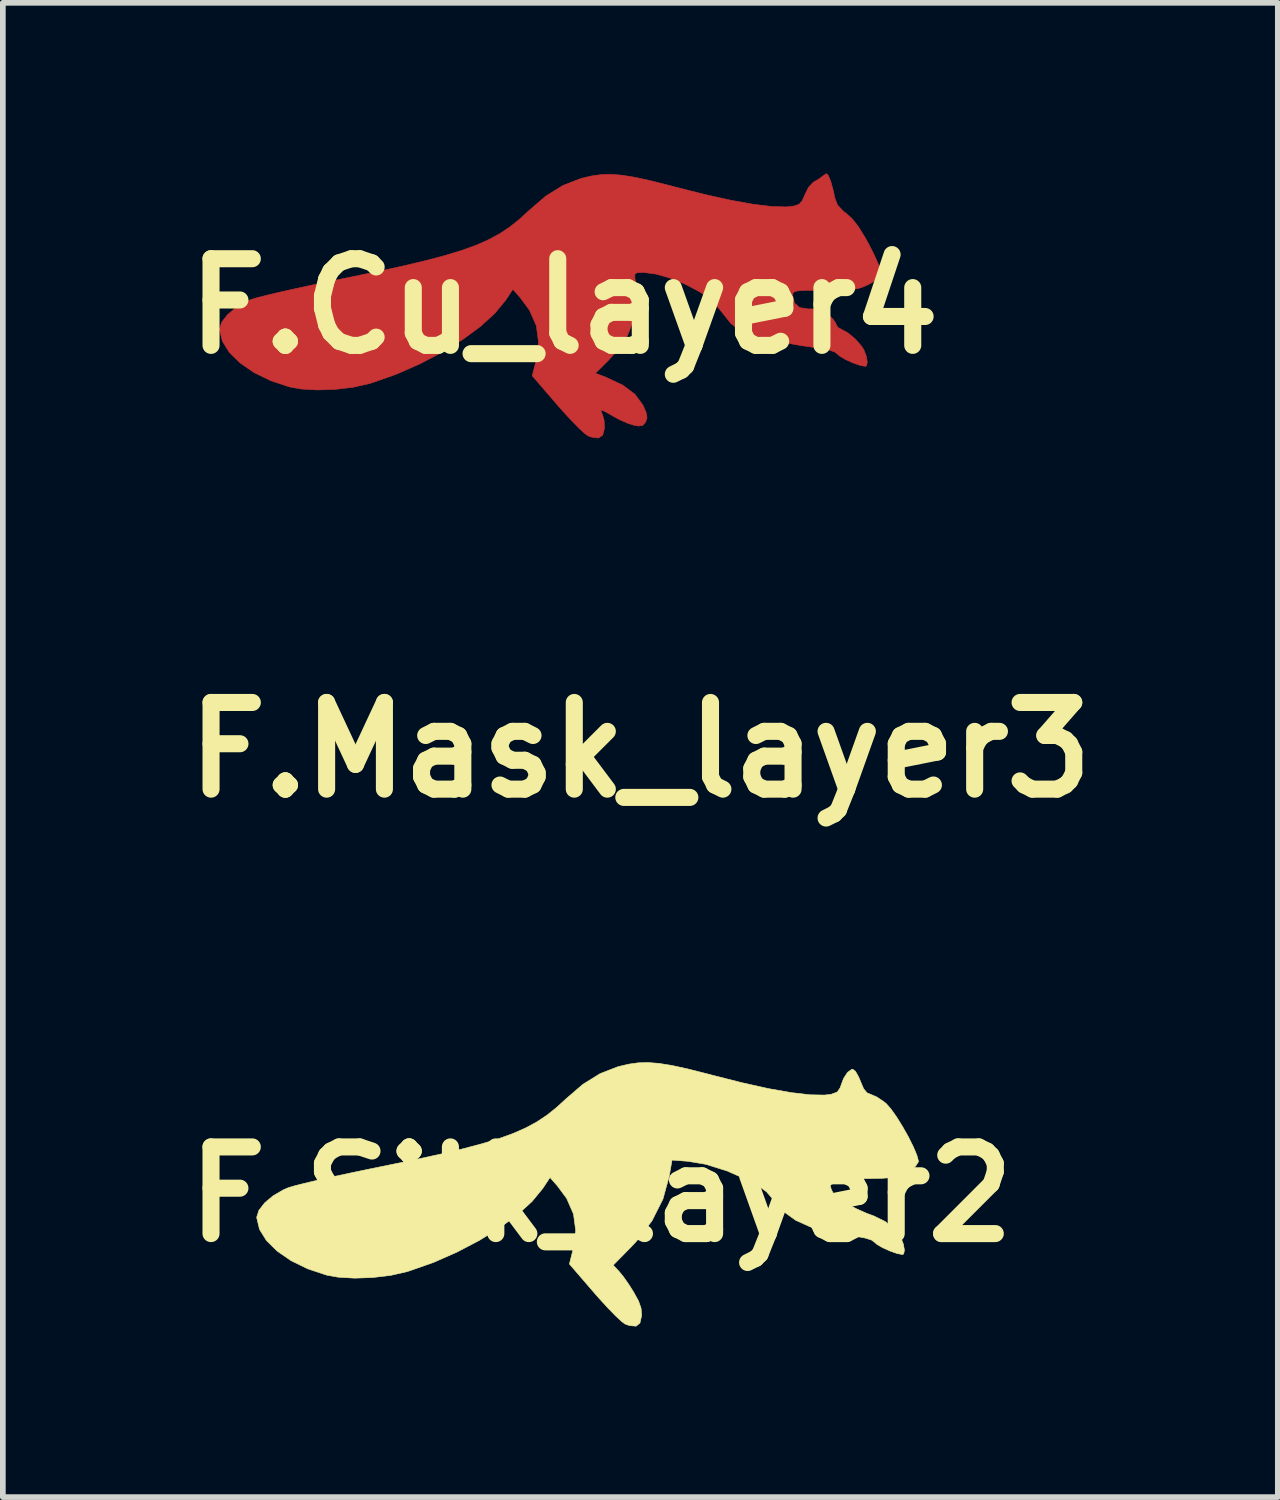
<source format=kicad_pcb>
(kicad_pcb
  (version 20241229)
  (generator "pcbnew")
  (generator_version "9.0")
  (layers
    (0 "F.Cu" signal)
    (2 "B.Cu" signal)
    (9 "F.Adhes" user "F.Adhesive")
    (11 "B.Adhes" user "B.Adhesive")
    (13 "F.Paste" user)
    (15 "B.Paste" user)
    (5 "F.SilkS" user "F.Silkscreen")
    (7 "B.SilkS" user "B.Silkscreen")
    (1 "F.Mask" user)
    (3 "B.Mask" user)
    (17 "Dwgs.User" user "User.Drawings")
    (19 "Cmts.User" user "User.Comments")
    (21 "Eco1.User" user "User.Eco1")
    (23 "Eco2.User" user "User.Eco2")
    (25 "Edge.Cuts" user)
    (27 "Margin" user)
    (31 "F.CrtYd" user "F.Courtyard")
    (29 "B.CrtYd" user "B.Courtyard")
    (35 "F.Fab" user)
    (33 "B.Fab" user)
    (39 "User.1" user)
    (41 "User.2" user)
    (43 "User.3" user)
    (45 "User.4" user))
  (footprint "F.Cu_layer4"
    (layer "F.Cu")
    (at 6.865 2.333)
    (property "Reference" "F.Cu_layer4" (at 0 0 0) (layer "F.SilkS") (effects (font (size 1.524 1.524) (thickness 0.3))))
    (attr through_hole)
    (fp_poly (pts (xy 4.652 -2.29) (xy 4.693 -2.187) (xy 4.734 -2.038) (xy 4.762 -1.905) (xy 4.809 -1.78) (xy 4.914 -1.668) (xy 4.964 -1.63) (xy 5.068 -1.537) (xy 5.172 -1.405) (xy 5.288 -1.218) (xy 5.365 -1.08) (xy 5.455 -0.902) (xy 5.525 -0.745) (xy 5.569 -0.627) (xy 5.579 -0.572) (xy 5.529 -0.495) (xy 5.408 -0.41) (xy 5.355 -0.382) (xy 5.261 -0.339) (xy 5.171 -0.31) (xy 5.067 -0.292) (xy 4.928 -0.282) (xy 4.736 -0.279) (xy 4.583 -0.279) (xy 4.356 -0.279) (xy 4.2 -0.276) (xy 4.102 -0.268) (xy 4.049 -0.253) (xy 4.026 -0.23) (xy 4.022 -0.195) (xy 4.022 -0.19) (xy 4.053 -0.054) (xy 4.146 0.026) (xy 4.302 0.049) (xy 4.328 0.048) (xy 4.471 0.053) (xy 4.581 0.097) (xy 4.65 0.149) (xy 4.734 0.233) (xy 4.781 0.304) (xy 4.784 0.318) (xy 4.819 0.376) (xy 4.869 0.402) (xy 4.993 0.469) (xy 5.127 0.581) (xy 5.238 0.71) (xy 5.272 0.765) (xy 5.316 0.879) (xy 5.333 0.982) (xy 5.32 1.047) (xy 5.299 1.058) (xy 5.204 1.04) (xy 5.076 0.995) (xy 4.947 0.936) (xy 4.847 0.877) (xy 4.814 0.847) (xy 4.76 0.805) (xy 4.654 0.769) (xy 4.484 0.737) (xy 4.36 0.72) (xy 4.174 0.693) (xy 4.011 0.665) (xy 3.895 0.641) (xy 3.863 0.631) (xy 3.769 0.604) (xy 3.627 0.574) (xy 3.514 0.554) (xy 3.267 0.499) (xy 3.08 0.419) (xy 2.931 0.3) (xy 2.802 0.136) (xy 2.649 -0.052) (xy 2.456 -0.207) (xy 2.371 -0.261) (xy 2.125 -0.39) (xy 1.864 -0.495) (xy 1.615 -0.565) (xy 1.405 -0.593) (xy 1.394 -0.593) (xy 1.288 -0.589) (xy 1.247 -0.563) (xy 1.247 -0.494) (xy 1.254 -0.455) (xy 1.275 -0.344) (xy 1.293 -0.267) (xy 1.293 -0.266) (xy 1.298 -0.167) (xy 1.277 -0.016) (xy 1.238 0.162) (xy 1.186 0.34) (xy 1.127 0.492) (xy 1.109 0.528) (xy 1.017 0.671) (xy 0.891 0.833) (xy 0.774 0.96) (xy 0.553 1.179) (xy 0.744 1.252) (xy 1.035 1.389) (xy 1.248 1.549) (xy 1.386 1.735) (xy 1.394 1.75) (xy 1.448 1.878) (xy 1.461 1.963) (xy 1.438 2.034) (xy 1.39 2.094) (xy 1.316 2.107) (xy 1.243 2.097) (xy 1.122 2.059) (xy 0.973 1.993) (xy 0.885 1.945) (xy 0.749 1.867) (xy 0.674 1.83) (xy 0.649 1.835) (xy 0.663 1.878) (xy 0.678 1.907) (xy 0.706 2.007) (xy 0.712 2.136) (xy 0.712 2.15) (xy 0.681 2.268) (xy 0.608 2.318) (xy 0.487 2.303) (xy 0.423 2.28) (xy 0.36 2.234) (xy 0.254 2.135) (xy 0.119 1.996) (xy -0.034 1.829) (xy -0.12 1.731) (xy -0.557 1.224) (xy -0.487 0.947) (xy -0.446 0.636) (xy -0.485 0.346) (xy -0.605 0.071) (xy -0.767 -0.148) (xy -0.898 -0.297) (xy -1.028 -0.101) (xy -1.214 0.125) (xy -1.47 0.358) (xy -1.784 0.589) (xy -2.144 0.811) (xy -2.536 1.016) (xy -2.947 1.197) (xy -3.366 1.344) (xy -3.425 1.362) (xy -3.704 1.425) (xy -4.016 1.462) (xy -4.332 1.473) (xy -4.622 1.456) (xy -4.823 1.42) (xy -5.155 1.31) (xy -5.449 1.167) (xy -5.694 0.998) (xy -5.883 0.812) (xy -6.005 0.616) (xy -6.053 0.416) (xy -6.054 0.399) (xy -6.016 0.28) (xy -5.915 0.15) (xy -5.766 0.025) (xy -5.586 -0.08) (xy -5.498 -0.118) (xy -5.398 -0.148) (xy -5.228 -0.191) (xy -4.998 -0.246) (xy -4.721 -0.308) (xy -4.41 -0.375) (xy -4.076 -0.445) (xy -3.889 -0.483) (xy -3.335 -0.597) (xy -2.857 -0.7) (xy -2.446 -0.797) (xy -2.095 -0.89) (xy -1.795 -0.981) (xy -1.539 -1.074) (xy -1.318 -1.172) (xy -1.125 -1.277) (xy -0.951 -1.393) (xy -0.788 -1.523) (xy -0.629 -1.668) (xy -0.622 -1.675) (xy -0.32 -1.935) (xy -0.019 -2.122) (xy 0.297 -2.245) (xy 0.488 -2.29) (xy 0.654 -2.313) (xy 0.825 -2.318) (xy 1.017 -2.303) (xy 1.243 -2.267) (xy 1.518 -2.207) (xy 1.855 -2.122) (xy 1.946 -2.098) (xy 2.471 -1.965) (xy 2.934 -1.862) (xy 3.33 -1.791) (xy 3.657 -1.752) (xy 3.912 -1.745) (xy 4.037 -1.759) (xy 4.132 -1.79) (xy 4.192 -1.857) (xy 4.236 -1.96) (xy 4.3 -2.089) (xy 4.381 -2.176) (xy 4.396 -2.185) (xy 4.49 -2.241) (xy 4.542 -2.281) (xy 4.601 -2.323) (xy 4.62 -2.328) (xy 4.652 -2.29)) (stroke (width 0.01) (type solid)) (fill yes) (layer "F.Cu")))
  (footprint "F.Silk_layer2"
    (layer "F.Cu")
    (at 7.518 17.949)
    (property "Reference" "F.Silk_layer2" (at 0 0 0) (layer "F.SilkS") (effects (font (size 1.524 1.524) (thickness 0.3))))
    (attr through_hole)
    (fp_poly (pts (xy 1.017 -2.303) (xy 1.243 -2.267) (xy 1.518 -2.207) (xy 1.855 -2.122) (xy 1.946 -2.098) (xy 2.479 -1.963) (xy 2.946 -1.859) (xy 3.345 -1.789) (xy 3.673 -1.751) (xy 3.927 -1.746) (xy 4.042 -1.759) (xy 4.152 -1.799) (xy 4.205 -1.876) (xy 4.211 -1.898) (xy 4.263 -2.038) (xy 4.333 -2.145) (xy 4.407 -2.199) (xy 4.423 -2.201) (xy 4.472 -2.164) (xy 4.528 -2.066) (xy 4.559 -1.991) (xy 4.616 -1.857) (xy 4.676 -1.785) (xy 4.747 -1.756) (xy 4.847 -1.713) (xy 4.967 -1.633) (xy 5.013 -1.596) (xy 5.096 -1.502) (xy 5.196 -1.361) (xy 5.302 -1.19) (xy 5.404 -1.009) (xy 5.49 -0.836) (xy 5.552 -0.689) (xy 5.579 -0.589) (xy 5.579 -0.572) (xy 5.529 -0.495) (xy 5.407 -0.41) (xy 5.355 -0.382) (xy 5.261 -0.339) (xy 5.171 -0.31) (xy 5.067 -0.292) (xy 4.928 -0.282) (xy 4.736 -0.279) (xy 4.583 -0.279) (xy 4.356 -0.279) (xy 4.2 -0.276) (xy 4.102 -0.268) (xy 4.049 -0.253) (xy 4.026 -0.229) (xy 4.022 -0.195) (xy 4.022 -0.192) (xy 4.046 -0.09) (xy 4.088 -0.008) (xy 4.169 0.067) (xy 4.308 0.157) (xy 4.482 0.25) (xy 4.669 0.333) (xy 4.795 0.379) (xy 4.995 0.477) (xy 5.169 0.622) (xy 5.272 0.765) (xy 5.316 0.879) (xy 5.333 0.982) (xy 5.32 1.047) (xy 5.299 1.058) (xy 5.205 1.04) (xy 5.077 0.995) (xy 4.947 0.936) (xy 4.848 0.878) (xy 4.815 0.848) (xy 4.757 0.804) (xy 4.645 0.768) (xy 4.466 0.735) (xy 4.381 0.723) (xy 3.993 0.659) (xy 3.677 0.571) (xy 3.422 0.456) (xy 3.217 0.308) (xy 3.051 0.122) (xy 3.037 0.102) (xy 2.908 -0.046) (xy 2.74 -0.169) (xy 2.625 -0.231) (xy 2.218 -0.411) (xy 1.841 -0.529) (xy 1.523 -0.582) (xy 1.247 -0.603) (xy 1.198 -0.32) (xy 1.087 0.084) (xy 0.894 0.466) (xy 0.621 0.825) (xy 0.531 0.921) (xy 0.213 1.245) (xy 0.315 1.353) (xy 0.391 1.446) (xy 0.486 1.581) (xy 0.57 1.714) (xy 0.659 1.876) (xy 0.703 2.001) (xy 0.712 2.119) (xy 0.711 2.138) (xy 0.683 2.262) (xy 0.616 2.317) (xy 0.5 2.307) (xy 0.423 2.28) (xy 0.36 2.234) (xy 0.254 2.135) (xy 0.119 1.996) (xy -0.034 1.829) (xy -0.12 1.731) (xy -0.557 1.224) (xy -0.487 0.947) (xy -0.446 0.636) (xy -0.485 0.346) (xy -0.605 0.071) (xy -0.767 -0.148) (xy -0.898 -0.297) (xy -1.028 -0.101) (xy -1.214 0.125) (xy -1.47 0.358) (xy -1.784 0.589) (xy -2.144 0.811) (xy -2.536 1.016) (xy -2.947 1.197) (xy -3.366 1.344) (xy -3.425 1.362) (xy -3.704 1.425) (xy -4.016 1.462) (xy -4.332 1.473) (xy -4.622 1.456) (xy -4.823 1.42) (xy -5.155 1.31) (xy -5.449 1.167) (xy -5.694 0.998) (xy -5.883 0.812) (xy -6.005 0.616) (xy -6.053 0.416) (xy -6.054 0.399) (xy -6.016 0.28) (xy -5.915 0.15) (xy -5.766 0.025) (xy -5.586 -0.08) (xy -5.498 -0.118) (xy -5.398 -0.148) (xy -5.228 -0.191) (xy -4.998 -0.246) (xy -4.721 -0.308) (xy -4.41 -0.375) (xy -4.076 -0.445) (xy -3.889 -0.483) (xy -3.335 -0.597) (xy -2.857 -0.7) (xy -2.446 -0.797) (xy -2.095 -0.89) (xy -1.795 -0.981) (xy -1.539 -1.074) (xy -1.318 -1.172) (xy -1.125 -1.277) (xy -0.951 -1.393) (xy -0.788 -1.523) (xy -0.629 -1.668) (xy -0.622 -1.675) (xy -0.32 -1.935) (xy -0.019 -2.122) (xy 0.297 -2.245) (xy 0.488 -2.29) (xy 0.654 -2.313) (xy 0.825 -2.318) (xy 1.017 -2.303)) (stroke (width 0.01) (type solid)) (fill yes) (layer "F.SilkS")))
  (footprint "F.Mask_layer3"
    (layer "F.Cu")
    (at 8.208 10.135)
    (property "Reference" "F.Mask_layer3" (at 0 0 0) (layer "F.SilkS") (effects (font (size 1.524 1.524) (thickness 0.3))))
    (attr through_hole)
    (fp_poly (pts (xy 4.686 -2.46) (xy 4.778 -2.38) (xy 4.856 -2.248) (xy 4.903 -2.095) (xy 4.911 -2.017) (xy 4.949 -1.913) (xy 5.065 -1.789) (xy 5.092 -1.766) (xy 5.209 -1.649) (xy 5.332 -1.481) (xy 5.469 -1.249) (xy 5.516 -1.164) (xy 5.636 -0.928) (xy 5.712 -0.749) (xy 5.748 -0.613) (xy 5.746 -0.507) (xy 5.709 -0.417) (xy 5.696 -0.396) (xy 5.593 -0.306) (xy 5.428 -0.223) (xy 5.22 -0.155) (xy 4.992 -0.111) (xy 4.952 -0.106) (xy 4.675 -0.077) (xy 4.875 0.12) (xy 5.002 0.242) (xy 5.128 0.354) (xy 5.205 0.417) (xy 5.331 0.541) (xy 5.423 0.689) (xy 5.479 0.845) (xy 5.498 0.993) (xy 5.478 1.117) (xy 5.415 1.2) (xy 5.319 1.228) (xy 5.189 1.209) (xy 5.026 1.162) (xy 4.866 1.098) (xy 4.744 1.031) (xy 4.719 1.011) (xy 4.618 0.958) (xy 4.45 0.913) (xy 4.316 0.89) (xy 3.93 0.825) (xy 3.51 0.734) (xy 3.194 0.653) (xy 2.966 0.549) (xy 2.768 0.382) (xy 2.64 0.201) (xy 2.554 0.095) (xy 2.407 -0.024) (xy 2.22 -0.144) (xy 2.013 -0.251) (xy 1.807 -0.333) (xy 1.787 -0.339) (xy 1.644 -0.382) (xy 1.533 -0.412) (xy 1.48 -0.423) (xy 1.462 -0.387) (xy 1.465 -0.298) (xy 1.468 -0.282) (xy 1.47 -0.052) (xy 1.415 0.213) (xy 1.309 0.494) (xy 1.16 0.769) (xy 1.047 0.931) (xy 0.901 1.121) (xy 1.138 1.252) (xy 1.321 1.38) (xy 1.463 1.532) (xy 1.563 1.695) (xy 1.618 1.858) (xy 1.629 2.009) (xy 1.593 2.136) (xy 1.51 2.228) (xy 1.377 2.273) (xy 1.249 2.27) (xy 1.116 2.247) (xy 1.004 2.223) (xy 0.99 2.22) (xy 0.918 2.218) (xy 0.879 2.279) (xy 0.872 2.305) (xy 0.805 2.417) (xy 0.684 2.479) (xy 0.526 2.485) (xy 0.356 2.437) (xy 0.282 2.386) (xy 0.167 2.283) (xy 0.025 2.141) (xy -0.131 1.974) (xy -0.197 1.899) (xy -0.394 1.674) (xy -0.541 1.501) (xy -0.642 1.373) (xy -0.705 1.28) (xy -0.737 1.212) (xy -0.742 1.16) (xy -0.727 1.115) (xy -0.724 1.109) (xy -0.642 0.871) (xy -0.625 0.608) (xy -0.673 0.346) (xy -0.767 0.14) (xy -0.853 0.001) (xy -1.124 0.272) (xy -1.491 0.594) (xy -1.912 0.886) (xy -2.372 1.141) (xy -2.853 1.352) (xy -3.341 1.512) (xy -3.817 1.614) (xy -4.267 1.65) (xy -4.27 1.65) (xy -4.614 1.627) (xy -4.944 1.561) (xy -5.251 1.458) (xy -5.529 1.324) (xy -5.771 1.165) (xy -5.968 0.986) (xy -6.114 0.795) (xy -6.202 0.596) (xy -6.223 0.396) (xy -6.171 0.202) (xy -6.127 0.124) (xy -6.058 0.031) (xy -5.979 -0.051) (xy -5.883 -0.124) (xy -5.761 -0.191) (xy -5.607 -0.255) (xy -5.41 -0.319) (xy -5.165 -0.385) (xy -4.862 -0.457) (xy -4.494 -0.537) (xy -4.053 -0.629) (xy -3.92 -0.656) (xy -3.37 -0.769) (xy -2.897 -0.872) (xy -2.491 -0.967) (xy -2.145 -1.058) (xy -1.852 -1.147) (xy -1.603 -1.236) (xy -1.39 -1.33) (xy -1.206 -1.43) (xy -1.043 -1.539) (xy -0.892 -1.66) (xy -0.758 -1.785) (xy -0.482 -2.037) (xy -0.225 -2.222) (xy 0.03 -2.35) (xy 0.305 -2.428) (xy 0.618 -2.466) (xy 0.804 -2.472) (xy 0.986 -2.472) (xy 1.138 -2.464) (xy 1.285 -2.446) (xy 1.447 -2.414) (xy 1.646 -2.364) (xy 1.891 -2.296) (xy 2.35 -2.172) (xy 2.74 -2.078) (xy 3.073 -2.011) (xy 3.358 -1.969) (xy 3.606 -1.95) (xy 3.698 -1.949) (xy 4.043 -1.95) (xy 4.128 -2.127) (xy 4.226 -2.271) (xy 4.357 -2.386) (xy 4.5 -2.458) (xy 4.634 -2.474) (xy 4.686 -2.46)) (stroke (width 0.01) (type solid)) (fill yes) (layer "F.Mask")))
  (gr_rect
    (start -3 -3)
    (end 19.416 23.271)
    (stroke (width 0.1) (type default))
    (fill no)
    (layer "Edge.Cuts")))
</source>
